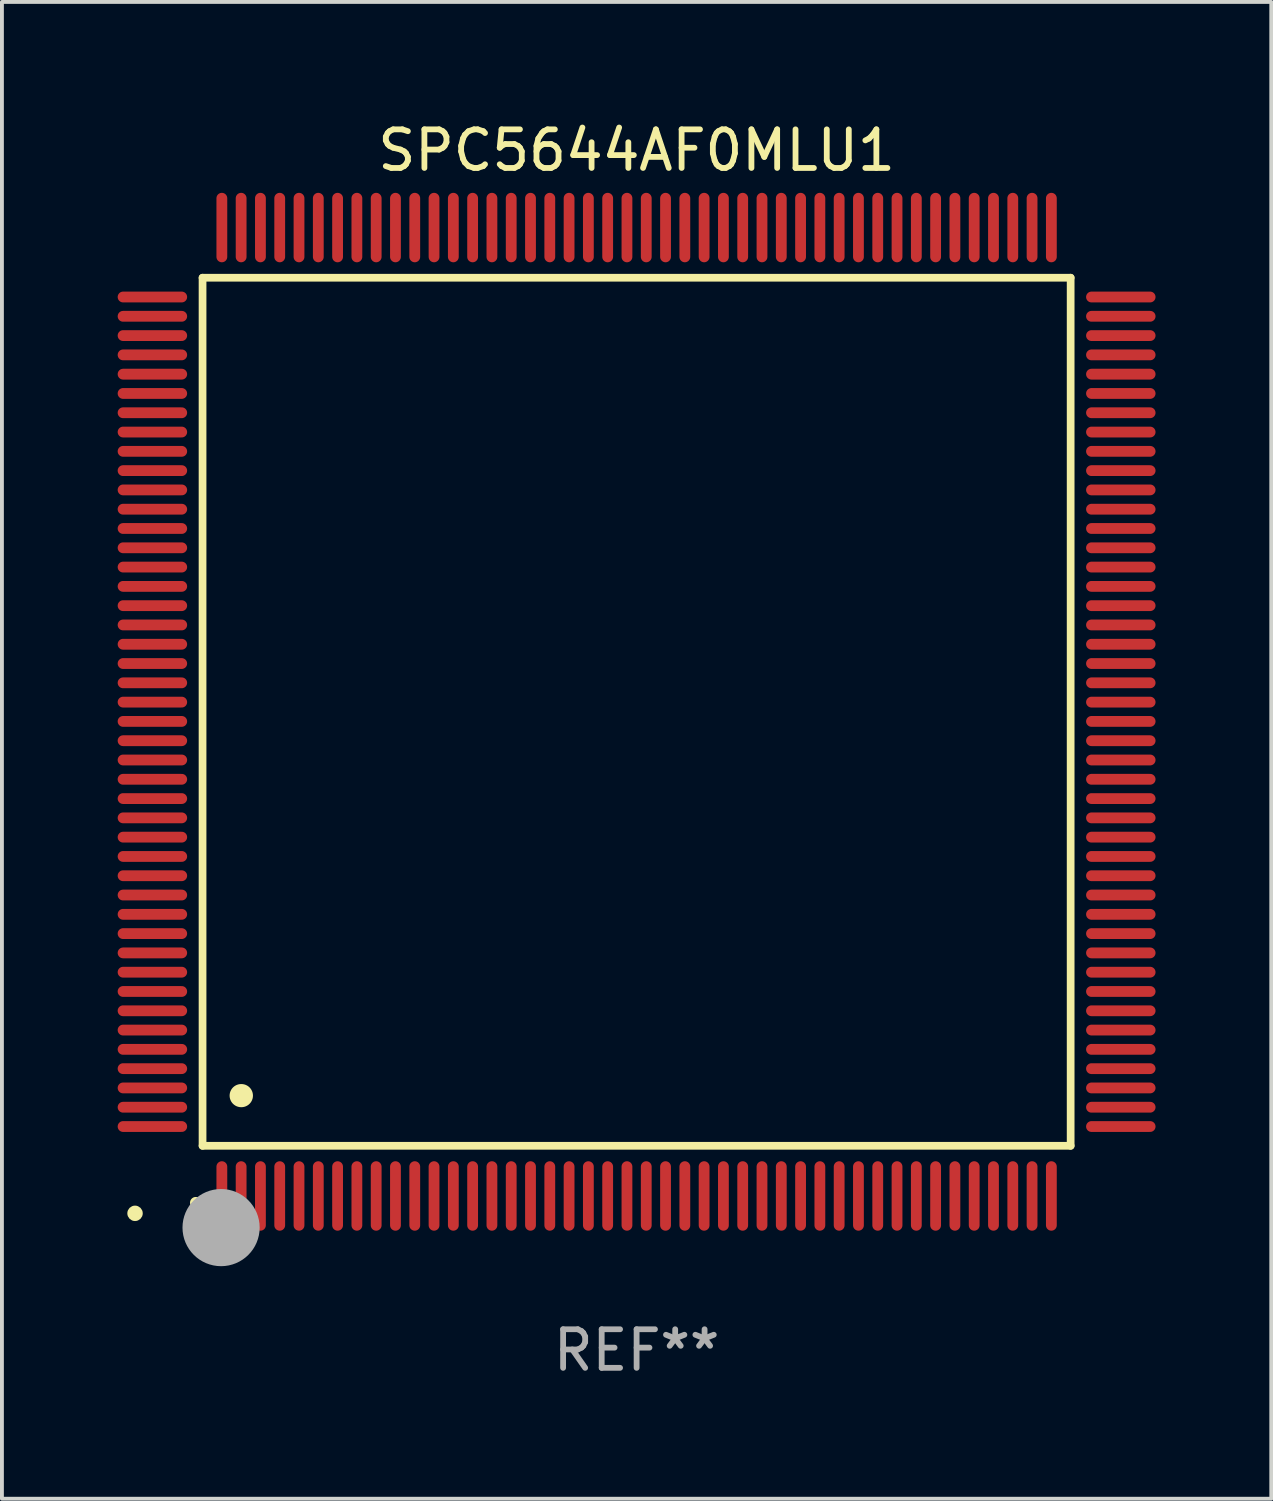
<source format=kicad_pcb>
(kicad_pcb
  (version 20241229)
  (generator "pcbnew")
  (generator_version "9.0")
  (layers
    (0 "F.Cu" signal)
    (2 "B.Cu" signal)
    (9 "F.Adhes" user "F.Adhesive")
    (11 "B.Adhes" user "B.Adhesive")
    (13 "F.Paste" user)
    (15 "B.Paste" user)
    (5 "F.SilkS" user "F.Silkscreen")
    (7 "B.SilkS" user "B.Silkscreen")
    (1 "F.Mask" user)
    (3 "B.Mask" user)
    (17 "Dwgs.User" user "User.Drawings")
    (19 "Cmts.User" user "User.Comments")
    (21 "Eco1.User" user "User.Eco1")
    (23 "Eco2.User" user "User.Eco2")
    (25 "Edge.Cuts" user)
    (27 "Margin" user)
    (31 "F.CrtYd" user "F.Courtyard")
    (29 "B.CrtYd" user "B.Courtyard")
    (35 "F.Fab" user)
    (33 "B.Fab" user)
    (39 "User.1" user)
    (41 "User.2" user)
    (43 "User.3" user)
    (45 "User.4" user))
  (footprint "SPC5644AF0MLU1"
    (layer "F.Cu")
    (at 13.45 15.398)
    (property "Reference" "SPC5644AF0MLU1" (at 0 -14.55 0) (layer "F.SilkS") (effects (font (size 1 1) (thickness 0.15))))
    (attr through_hole)
    (fp_line (start -11.25 -11.25) (end 11.25 -11.25) (stroke (width 0.2) (type solid)) (layer "F.SilkS"))
    (fp_line (start -11.25 11.25) (end -11.25 -11.25) (stroke (width 0.2) (type solid)) (layer "F.SilkS"))
    (fp_line (start 11.25 -11.25) (end 11.25 11.25) (stroke (width 0.2) (type solid)) (layer "F.SilkS"))
    (fp_line (start 11.25 11.25) (end -11.25 11.25) (stroke (width 0.2) (type solid)) (layer "F.SilkS"))
    (fp_arc (start -11.424943 12.725425) (mid -11.423673 12.72542) (end -11.422403 12.725425) (stroke (width 0.3) (type solid)) (layer "F.SilkS"))
    (fp_arc (start -10.24892 9.9492) (mid -10.24638 9.949189) (end -10.24384 9.9492) (stroke (width 0.6) (type solid)) (layer "F.SilkS"))
    (fp_circle (center -13 13) (end -12.9 13) (stroke (width 0.2) (type solid)) (fill no) (layer "F.SilkS"))
    (fp_circle (center -10.77 13.37) (end -10.27 13.37) (stroke (width 1) (type solid)) (fill no) (layer "F.Fab"))
    (fp_text user "REF**" (at 0 16.55 0) (layer "F.Fab") (effects (font (size 1 1) (thickness 0.15))))
    (pad "1" smd oval (at -10.75 12.55) (size 0.28 1.8) (layers "F.Cu" "F.Mask" "F.Paste"))
    (pad "2" smd oval (at -10.25 12.55) (size 0.28 1.8) (layers "F.Cu" "F.Mask" "F.Paste"))
    (pad "3" smd oval (at -9.75 12.55) (size 0.28 1.8) (layers "F.Cu" "F.Mask" "F.Paste"))
    (pad "4" smd oval (at -9.25 12.55) (size 0.28 1.8) (layers "F.Cu" "F.Mask" "F.Paste"))
    (pad "5" smd oval (at -8.75 12.55) (size 0.28 1.8) (layers "F.Cu" "F.Mask" "F.Paste"))
    (pad "6" smd oval (at -8.25 12.55) (size 0.28 1.8) (layers "F.Cu" "F.Mask" "F.Paste"))
    (pad "7" smd oval (at -7.75 12.55) (size 0.28 1.8) (layers "F.Cu" "F.Mask" "F.Paste"))
    (pad "8" smd oval (at -7.25 12.55) (size 0.28 1.8) (layers "F.Cu" "F.Mask" "F.Paste"))
    (pad "9" smd oval (at -6.75 12.55) (size 0.28 1.8) (layers "F.Cu" "F.Mask" "F.Paste"))
    (pad "10" smd oval (at -6.25 12.55) (size 0.28 1.8) (layers "F.Cu" "F.Mask" "F.Paste"))
    (pad "11" smd oval (at -5.75 12.55) (size 0.28 1.8) (layers "F.Cu" "F.Mask" "F.Paste"))
    (pad "12" smd oval (at -5.25 12.55) (size 0.28 1.8) (layers "F.Cu" "F.Mask" "F.Paste"))
    (pad "13" smd oval (at -4.75 12.55) (size 0.28 1.8) (layers "F.Cu" "F.Mask" "F.Paste"))
    (pad "14" smd oval (at -4.25 12.55) (size 0.28 1.8) (layers "F.Cu" "F.Mask" "F.Paste"))
    (pad "15" smd oval (at -3.75 12.55) (size 0.28 1.8) (layers "F.Cu" "F.Mask" "F.Paste"))
    (pad "16" smd oval (at -3.25 12.55) (size 0.28 1.8) (layers "F.Cu" "F.Mask" "F.Paste"))
    (pad "17" smd oval (at -2.75 12.55) (size 0.28 1.8) (layers "F.Cu" "F.Mask" "F.Paste"))
    (pad "18" smd oval (at -2.25 12.55) (size 0.28 1.8) (layers "F.Cu" "F.Mask" "F.Paste"))
    (pad "19" smd oval (at -1.75 12.55) (size 0.28 1.8) (layers "F.Cu" "F.Mask" "F.Paste"))
    (pad "20" smd oval (at -1.25 12.55) (size 0.28 1.8) (layers "F.Cu" "F.Mask" "F.Paste"))
    (pad "21" smd oval (at -0.75 12.55) (size 0.28 1.8) (layers "F.Cu" "F.Mask" "F.Paste"))
    (pad "22" smd oval (at -0.25 12.55) (size 0.28 1.8) (layers "F.Cu" "F.Mask" "F.Paste"))
    (pad "23" smd oval (at 0.25 12.55) (size 0.28 1.8) (layers "F.Cu" "F.Mask" "F.Paste"))
    (pad "24" smd oval (at 0.75 12.55) (size 0.28 1.8) (layers "F.Cu" "F.Mask" "F.Paste"))
    (pad "25" smd oval (at 1.25 12.55) (size 0.28 1.8) (layers "F.Cu" "F.Mask" "F.Paste"))
    (pad "26" smd oval (at 1.75 12.55) (size 0.28 1.8) (layers "F.Cu" "F.Mask" "F.Paste"))
    (pad "27" smd oval (at 2.25 12.55) (size 0.28 1.8) (layers "F.Cu" "F.Mask" "F.Paste"))
    (pad "28" smd oval (at 2.75 12.55) (size 0.28 1.8) (layers "F.Cu" "F.Mask" "F.Paste"))
    (pad "29" smd oval (at 3.25 12.55) (size 0.28 1.8) (layers "F.Cu" "F.Mask" "F.Paste"))
    (pad "30" smd oval (at 3.75 12.55) (size 0.28 1.8) (layers "F.Cu" "F.Mask" "F.Paste"))
    (pad "31" smd oval (at 4.25 12.55) (size 0.28 1.8) (layers "F.Cu" "F.Mask" "F.Paste"))
    (pad "32" smd oval (at 4.75 12.55) (size 0.28 1.8) (layers "F.Cu" "F.Mask" "F.Paste"))
    (pad "33" smd oval (at 5.25 12.55) (size 0.28 1.8) (layers "F.Cu" "F.Mask" "F.Paste"))
    (pad "34" smd oval (at 5.75 12.55) (size 0.28 1.8) (layers "F.Cu" "F.Mask" "F.Paste"))
    (pad "35" smd oval (at 6.25 12.55) (size 0.28 1.8) (layers "F.Cu" "F.Mask" "F.Paste"))
    (pad "36" smd oval (at 6.75 12.55) (size 0.28 1.8) (layers "F.Cu" "F.Mask" "F.Paste"))
    (pad "37" smd oval (at 7.25 12.55) (size 0.28 1.8) (layers "F.Cu" "F.Mask" "F.Paste"))
    (pad "38" smd oval (at 7.75 12.55) (size 0.28 1.8) (layers "F.Cu" "F.Mask" "F.Paste"))
    (pad "39" smd oval (at 8.25 12.55) (size 0.28 1.8) (layers "F.Cu" "F.Mask" "F.Paste"))
    (pad "40" smd oval (at 8.75 12.55) (size 0.28 1.8) (layers "F.Cu" "F.Mask" "F.Paste"))
    (pad "41" smd oval (at 9.25 12.55) (size 0.28 1.8) (layers "F.Cu" "F.Mask" "F.Paste"))
    (pad "42" smd oval (at 9.75 12.55) (size 0.28 1.8) (layers "F.Cu" "F.Mask" "F.Paste"))
    (pad "43" smd oval (at 10.25 12.55) (size 0.28 1.8) (layers "F.Cu" "F.Mask" "F.Paste"))
    (pad "44" smd oval (at 10.75 12.55) (size 0.28 1.8) (layers "F.Cu" "F.Mask" "F.Paste"))
    (pad "45" smd oval (at 12.55 10.75) (size 1.8 0.28) (layers "F.Cu" "F.Mask" "F.Paste"))
    (pad "46" smd oval (at 12.55 10.25) (size 1.8 0.28) (layers "F.Cu" "F.Mask" "F.Paste"))
    (pad "47" smd oval (at 12.55 9.75) (size 1.8 0.28) (layers "F.Cu" "F.Mask" "F.Paste"))
    (pad "48" smd oval (at 12.55 9.25) (size 1.8 0.28) (layers "F.Cu" "F.Mask" "F.Paste"))
    (pad "49" smd oval (at 12.55 8.75) (size 1.8 0.28) (layers "F.Cu" "F.Mask" "F.Paste"))
    (pad "50" smd oval (at 12.55 8.25) (size 1.8 0.28) (layers "F.Cu" "F.Mask" "F.Paste"))
    (pad "51" smd oval (at 12.55 7.75) (size 1.8 0.28) (layers "F.Cu" "F.Mask" "F.Paste"))
    (pad "52" smd oval (at 12.55 7.25) (size 1.8 0.28) (layers "F.Cu" "F.Mask" "F.Paste"))
    (pad "53" smd oval (at 12.55 6.75) (size 1.8 0.28) (layers "F.Cu" "F.Mask" "F.Paste"))
    (pad "54" smd oval (at 12.55 6.25) (size 1.8 0.28) (layers "F.Cu" "F.Mask" "F.Paste"))
    (pad "55" smd oval (at 12.55 5.75) (size 1.8 0.28) (layers "F.Cu" "F.Mask" "F.Paste"))
    (pad "56" smd oval (at 12.55 5.25) (size 1.8 0.28) (layers "F.Cu" "F.Mask" "F.Paste"))
    (pad "57" smd oval (at 12.55 4.75) (size 1.8 0.28) (layers "F.Cu" "F.Mask" "F.Paste"))
    (pad "58" smd oval (at 12.55 4.25) (size 1.8 0.28) (layers "F.Cu" "F.Mask" "F.Paste"))
    (pad "59" smd oval (at 12.55 3.75) (size 1.8 0.28) (layers "F.Cu" "F.Mask" "F.Paste"))
    (pad "60" smd oval (at 12.55 3.25) (size 1.8 0.28) (layers "F.Cu" "F.Mask" "F.Paste"))
    (pad "61" smd oval (at 12.55 2.75) (size 1.8 0.28) (layers "F.Cu" "F.Mask" "F.Paste"))
    (pad "62" smd oval (at 12.55 2.25) (size 1.8 0.28) (layers "F.Cu" "F.Mask" "F.Paste"))
    (pad "63" smd oval (at 12.55 1.75) (size 1.8 0.28) (layers "F.Cu" "F.Mask" "F.Paste"))
    (pad "64" smd oval (at 12.55 1.25) (size 1.8 0.28) (layers "F.Cu" "F.Mask" "F.Paste"))
    (pad "65" smd oval (at 12.55 0.75) (size 1.8 0.28) (layers "F.Cu" "F.Mask" "F.Paste"))
    (pad "66" smd oval (at 12.55 0.25) (size 1.8 0.28) (layers "F.Cu" "F.Mask" "F.Paste"))
    (pad "67" smd oval (at 12.55 -0.25) (size 1.8 0.28) (layers "F.Cu" "F.Mask" "F.Paste"))
    (pad "68" smd oval (at 12.55 -0.75) (size 1.8 0.28) (layers "F.Cu" "F.Mask" "F.Paste"))
    (pad "69" smd oval (at 12.55 -1.25) (size 1.8 0.28) (layers "F.Cu" "F.Mask" "F.Paste"))
    (pad "70" smd oval (at 12.55 -1.75) (size 1.8 0.28) (layers "F.Cu" "F.Mask" "F.Paste"))
    (pad "71" smd oval (at 12.55 -2.25) (size 1.8 0.28) (layers "F.Cu" "F.Mask" "F.Paste"))
    (pad "72" smd oval (at 12.55 -2.75) (size 1.8 0.28) (layers "F.Cu" "F.Mask" "F.Paste"))
    (pad "73" smd oval (at 12.55 -3.25) (size 1.8 0.28) (layers "F.Cu" "F.Mask" "F.Paste"))
    (pad "74" smd oval (at 12.55 -3.75) (size 1.8 0.28) (layers "F.Cu" "F.Mask" "F.Paste"))
    (pad "75" smd oval (at 12.55 -4.25) (size 1.8 0.28) (layers "F.Cu" "F.Mask" "F.Paste"))
    (pad "76" smd oval (at 12.55 -4.75) (size 1.8 0.28) (layers "F.Cu" "F.Mask" "F.Paste"))
    (pad "77" smd oval (at 12.55 -5.25) (size 1.8 0.28) (layers "F.Cu" "F.Mask" "F.Paste"))
    (pad "78" smd oval (at 12.55 -5.75) (size 1.8 0.28) (layers "F.Cu" "F.Mask" "F.Paste"))
    (pad "79" smd oval (at 12.55 -6.25) (size 1.8 0.28) (layers "F.Cu" "F.Mask" "F.Paste"))
    (pad "80" smd oval (at 12.55 -6.75) (size 1.8 0.28) (layers "F.Cu" "F.Mask" "F.Paste"))
    (pad "81" smd oval (at 12.55 -7.25) (size 1.8 0.28) (layers "F.Cu" "F.Mask" "F.Paste"))
    (pad "82" smd oval (at 12.55 -7.75) (size 1.8 0.28) (layers "F.Cu" "F.Mask" "F.Paste"))
    (pad "83" smd oval (at 12.55 -8.25) (size 1.8 0.28) (layers "F.Cu" "F.Mask" "F.Paste"))
    (pad "84" smd oval (at 12.55 -8.75) (size 1.8 0.28) (layers "F.Cu" "F.Mask" "F.Paste"))
    (pad "85" smd oval (at 12.55 -9.25) (size 1.8 0.28) (layers "F.Cu" "F.Mask" "F.Paste"))
    (pad "86" smd oval (at 12.55 -9.75) (size 1.8 0.28) (layers "F.Cu" "F.Mask" "F.Paste"))
    (pad "87" smd oval (at 12.55 -10.25) (size 1.8 0.28) (layers "F.Cu" "F.Mask" "F.Paste"))
    (pad "88" smd oval (at 12.55 -10.75) (size 1.8 0.28) (layers "F.Cu" "F.Mask" "F.Paste"))
    (pad "89" smd oval (at 10.75 -12.55) (size 0.28 1.8) (layers "F.Cu" "F.Mask" "F.Paste"))
    (pad "90" smd oval (at 10.25 -12.55) (size 0.28 1.8) (layers "F.Cu" "F.Mask" "F.Paste"))
    (pad "91" smd oval (at 9.75 -12.55) (size 0.28 1.8) (layers "F.Cu" "F.Mask" "F.Paste"))
    (pad "92" smd oval (at 9.25 -12.55) (size 0.28 1.8) (layers "F.Cu" "F.Mask" "F.Paste"))
    (pad "93" smd oval (at 8.75 -12.55) (size 0.28 1.8) (layers "F.Cu" "F.Mask" "F.Paste"))
    (pad "94" smd oval (at 8.25 -12.55) (size 0.28 1.8) (layers "F.Cu" "F.Mask" "F.Paste"))
    (pad "95" smd oval (at 7.75 -12.55) (size 0.28 1.8) (layers "F.Cu" "F.Mask" "F.Paste"))
    (pad "96" smd oval (at 7.25 -12.55) (size 0.28 1.8) (layers "F.Cu" "F.Mask" "F.Paste"))
    (pad "97" smd oval (at 6.75 -12.55) (size 0.28 1.8) (layers "F.Cu" "F.Mask" "F.Paste"))
    (pad "98" smd oval (at 6.25 -12.55) (size 0.28 1.8) (layers "F.Cu" "F.Mask" "F.Paste"))
    (pad "99" smd oval (at 5.75 -12.55) (size 0.28 1.8) (layers "F.Cu" "F.Mask" "F.Paste"))
    (pad "100" smd oval (at 5.25 -12.55) (size 0.28 1.8) (layers "F.Cu" "F.Mask" "F.Paste"))
    (pad "101" smd oval (at 4.75 -12.55) (size 0.28 1.8) (layers "F.Cu" "F.Mask" "F.Paste"))
    (pad "102" smd oval (at 4.25 -12.55) (size 0.28 1.8) (layers "F.Cu" "F.Mask" "F.Paste"))
    (pad "103" smd oval (at 3.75 -12.55) (size 0.28 1.8) (layers "F.Cu" "F.Mask" "F.Paste"))
    (pad "104" smd oval (at 3.25 -12.55) (size 0.28 1.8) (layers "F.Cu" "F.Mask" "F.Paste"))
    (pad "105" smd oval (at 2.75 -12.55) (size 0.28 1.8) (layers "F.Cu" "F.Mask" "F.Paste"))
    (pad "106" smd oval (at 2.25 -12.55) (size 0.28 1.8) (layers "F.Cu" "F.Mask" "F.Paste"))
    (pad "107" smd oval (at 1.75 -12.55) (size 0.28 1.8) (layers "F.Cu" "F.Mask" "F.Paste"))
    (pad "108" smd oval (at 1.25 -12.55) (size 0.28 1.8) (layers "F.Cu" "F.Mask" "F.Paste"))
    (pad "109" smd oval (at 0.75 -12.55) (size 0.28 1.8) (layers "F.Cu" "F.Mask" "F.Paste"))
    (pad "110" smd oval (at 0.25 -12.55) (size 0.28 1.8) (layers "F.Cu" "F.Mask" "F.Paste"))
    (pad "111" smd oval (at -0.25 -12.55) (size 0.28 1.8) (layers "F.Cu" "F.Mask" "F.Paste"))
    (pad "112" smd oval (at -0.75 -12.55) (size 0.28 1.8) (layers "F.Cu" "F.Mask" "F.Paste"))
    (pad "113" smd oval (at -1.25 -12.55) (size 0.28 1.8) (layers "F.Cu" "F.Mask" "F.Paste"))
    (pad "114" smd oval (at -1.75 -12.55) (size 0.28 1.8) (layers "F.Cu" "F.Mask" "F.Paste"))
    (pad "115" smd oval (at -2.25 -12.55) (size 0.28 1.8) (layers "F.Cu" "F.Mask" "F.Paste"))
    (pad "116" smd oval (at -2.75 -12.55) (size 0.28 1.8) (layers "F.Cu" "F.Mask" "F.Paste"))
    (pad "117" smd oval (at -3.25 -12.55) (size 0.28 1.8) (layers "F.Cu" "F.Mask" "F.Paste"))
    (pad "118" smd oval (at -3.75 -12.55) (size 0.28 1.8) (layers "F.Cu" "F.Mask" "F.Paste"))
    (pad "119" smd oval (at -4.25 -12.55) (size 0.28 1.8) (layers "F.Cu" "F.Mask" "F.Paste"))
    (pad "120" smd oval (at -4.75 -12.55) (size 0.28 1.8) (layers "F.Cu" "F.Mask" "F.Paste"))
    (pad "121" smd oval (at -5.25 -12.55) (size 0.28 1.8) (layers "F.Cu" "F.Mask" "F.Paste"))
    (pad "122" smd oval (at -5.75 -12.55) (size 0.28 1.8) (layers "F.Cu" "F.Mask" "F.Paste"))
    (pad "123" smd oval (at -6.25 -12.55) (size 0.28 1.8) (layers "F.Cu" "F.Mask" "F.Paste"))
    (pad "124" smd oval (at -6.75 -12.55) (size 0.28 1.8) (layers "F.Cu" "F.Mask" "F.Paste"))
    (pad "125" smd oval (at -7.25 -12.55) (size 0.28 1.8) (layers "F.Cu" "F.Mask" "F.Paste"))
    (pad "126" smd oval (at -7.75 -12.55) (size 0.28 1.8) (layers "F.Cu" "F.Mask" "F.Paste"))
    (pad "127" smd oval (at -8.25 -12.55) (size 0.28 1.8) (layers "F.Cu" "F.Mask" "F.Paste"))
    (pad "128" smd oval (at -8.75 -12.55) (size 0.28 1.8) (layers "F.Cu" "F.Mask" "F.Paste"))
    (pad "129" smd oval (at -9.25 -12.55) (size 0.28 1.8) (layers "F.Cu" "F.Mask" "F.Paste"))
    (pad "130" smd oval (at -9.75 -12.55) (size 0.28 1.8) (layers "F.Cu" "F.Mask" "F.Paste"))
    (pad "131" smd oval (at -10.25 -12.55) (size 0.28 1.8) (layers "F.Cu" "F.Mask" "F.Paste"))
    (pad "132" smd oval (at -10.75 -12.55) (size 0.28 1.8) (layers "F.Cu" "F.Mask" "F.Paste"))
    (pad "133" smd oval (at -12.55 -10.75) (size 1.8 0.28) (layers "F.Cu" "F.Mask" "F.Paste"))
    (pad "134" smd oval (at -12.55 -10.25) (size 1.8 0.28) (layers "F.Cu" "F.Mask" "F.Paste"))
    (pad "135" smd oval (at -12.55 -9.75) (size 1.8 0.28) (layers "F.Cu" "F.Mask" "F.Paste"))
    (pad "136" smd oval (at -12.55 -9.25) (size 1.8 0.28) (layers "F.Cu" "F.Mask" "F.Paste"))
    (pad "137" smd oval (at -12.55 -8.75) (size 1.8 0.28) (layers "F.Cu" "F.Mask" "F.Paste"))
    (pad "138" smd oval (at -12.55 -8.25) (size 1.8 0.28) (layers "F.Cu" "F.Mask" "F.Paste"))
    (pad "139" smd oval (at -12.55 -7.75) (size 1.8 0.28) (layers "F.Cu" "F.Mask" "F.Paste"))
    (pad "140" smd oval (at -12.55 -7.25) (size 1.8 0.28) (layers "F.Cu" "F.Mask" "F.Paste"))
    (pad "141" smd oval (at -12.55 -6.75) (size 1.8 0.28) (layers "F.Cu" "F.Mask" "F.Paste"))
    (pad "142" smd oval (at -12.55 -6.25) (size 1.8 0.28) (layers "F.Cu" "F.Mask" "F.Paste"))
    (pad "143" smd oval (at -12.55 -5.75) (size 1.8 0.28) (layers "F.Cu" "F.Mask" "F.Paste"))
    (pad "144" smd oval (at -12.55 -5.25) (size 1.8 0.28) (layers "F.Cu" "F.Mask" "F.Paste"))
    (pad "145" smd oval (at -12.55 -4.75) (size 1.8 0.28) (layers "F.Cu" "F.Mask" "F.Paste"))
    (pad "146" smd oval (at -12.55 -4.25) (size 1.8 0.28) (layers "F.Cu" "F.Mask" "F.Paste"))
    (pad "147" smd oval (at -12.55 -3.75) (size 1.8 0.28) (layers "F.Cu" "F.Mask" "F.Paste"))
    (pad "148" smd oval (at -12.55 -3.25) (size 1.8 0.28) (layers "F.Cu" "F.Mask" "F.Paste"))
    (pad "149" smd oval (at -12.55 -2.75) (size 1.8 0.28) (layers "F.Cu" "F.Mask" "F.Paste"))
    (pad "150" smd oval (at -12.55 -2.25) (size 1.8 0.28) (layers "F.Cu" "F.Mask" "F.Paste"))
    (pad "151" smd oval (at -12.55 -1.75) (size 1.8 0.28) (layers "F.Cu" "F.Mask" "F.Paste"))
    (pad "152" smd oval (at -12.55 -1.25) (size 1.8 0.28) (layers "F.Cu" "F.Mask" "F.Paste"))
    (pad "153" smd oval (at -12.55 -0.75) (size 1.8 0.28) (layers "F.Cu" "F.Mask" "F.Paste"))
    (pad "154" smd oval (at -12.55 -0.25) (size 1.8 0.28) (layers "F.Cu" "F.Mask" "F.Paste"))
    (pad "155" smd oval (at -12.55 0.25) (size 1.8 0.28) (layers "F.Cu" "F.Mask" "F.Paste"))
    (pad "156" smd oval (at -12.55 0.75) (size 1.8 0.28) (layers "F.Cu" "F.Mask" "F.Paste"))
    (pad "157" smd oval (at -12.55 1.25) (size 1.8 0.28) (layers "F.Cu" "F.Mask" "F.Paste"))
    (pad "158" smd oval (at -12.55 1.75) (size 1.8 0.28) (layers "F.Cu" "F.Mask" "F.Paste"))
    (pad "159" smd oval (at -12.55 2.25) (size 1.8 0.28) (layers "F.Cu" "F.Mask" "F.Paste"))
    (pad "160" smd oval (at -12.55 2.75) (size 1.8 0.28) (layers "F.Cu" "F.Mask" "F.Paste"))
    (pad "161" smd oval (at -12.55 3.25) (size 1.8 0.28) (layers "F.Cu" "F.Mask" "F.Paste"))
    (pad "162" smd oval (at -12.55 3.75) (size 1.8 0.28) (layers "F.Cu" "F.Mask" "F.Paste"))
    (pad "163" smd oval (at -12.55 4.25) (size 1.8 0.28) (layers "F.Cu" "F.Mask" "F.Paste"))
    (pad "164" smd oval (at -12.55 4.75) (size 1.8 0.28) (layers "F.Cu" "F.Mask" "F.Paste"))
    (pad "165" smd oval (at -12.55 5.25) (size 1.8 0.28) (layers "F.Cu" "F.Mask" "F.Paste"))
    (pad "166" smd oval (at -12.55 5.75) (size 1.8 0.28) (layers "F.Cu" "F.Mask" "F.Paste"))
    (pad "167" smd oval (at -12.55 6.25) (size 1.8 0.28) (layers "F.Cu" "F.Mask" "F.Paste"))
    (pad "168" smd oval (at -12.55 6.75) (size 1.8 0.28) (layers "F.Cu" "F.Mask" "F.Paste"))
    (pad "169" smd oval (at -12.55 7.25) (size 1.8 0.28) (layers "F.Cu" "F.Mask" "F.Paste"))
    (pad "170" smd oval (at -12.55 7.75) (size 1.8 0.28) (layers "F.Cu" "F.Mask" "F.Paste"))
    (pad "171" smd oval (at -12.55 8.25) (size 1.8 0.28) (layers "F.Cu" "F.Mask" "F.Paste"))
    (pad "172" smd oval (at -12.55 8.75) (size 1.8 0.28) (layers "F.Cu" "F.Mask" "F.Paste"))
    (pad "173" smd oval (at -12.55 9.25) (size 1.8 0.28) (layers "F.Cu" "F.Mask" "F.Paste"))
    (pad "174" smd oval (at -12.55 9.75) (size 1.8 0.28) (layers "F.Cu" "F.Mask" "F.Paste"))
    (pad "175" smd oval (at -12.55 10.25) (size 1.8 0.28) (layers "F.Cu" "F.Mask" "F.Paste"))
    (pad "176" smd oval (at -12.55 10.75) (size 1.8 0.28) (layers "F.Cu" "F.Mask" "F.Paste")))
  (gr_rect
    (start -3 -3)
    (end 29.9 35.796)
    (stroke (width 0.1) (type default))
    (fill no)
    (layer "Edge.Cuts")))
</source>
